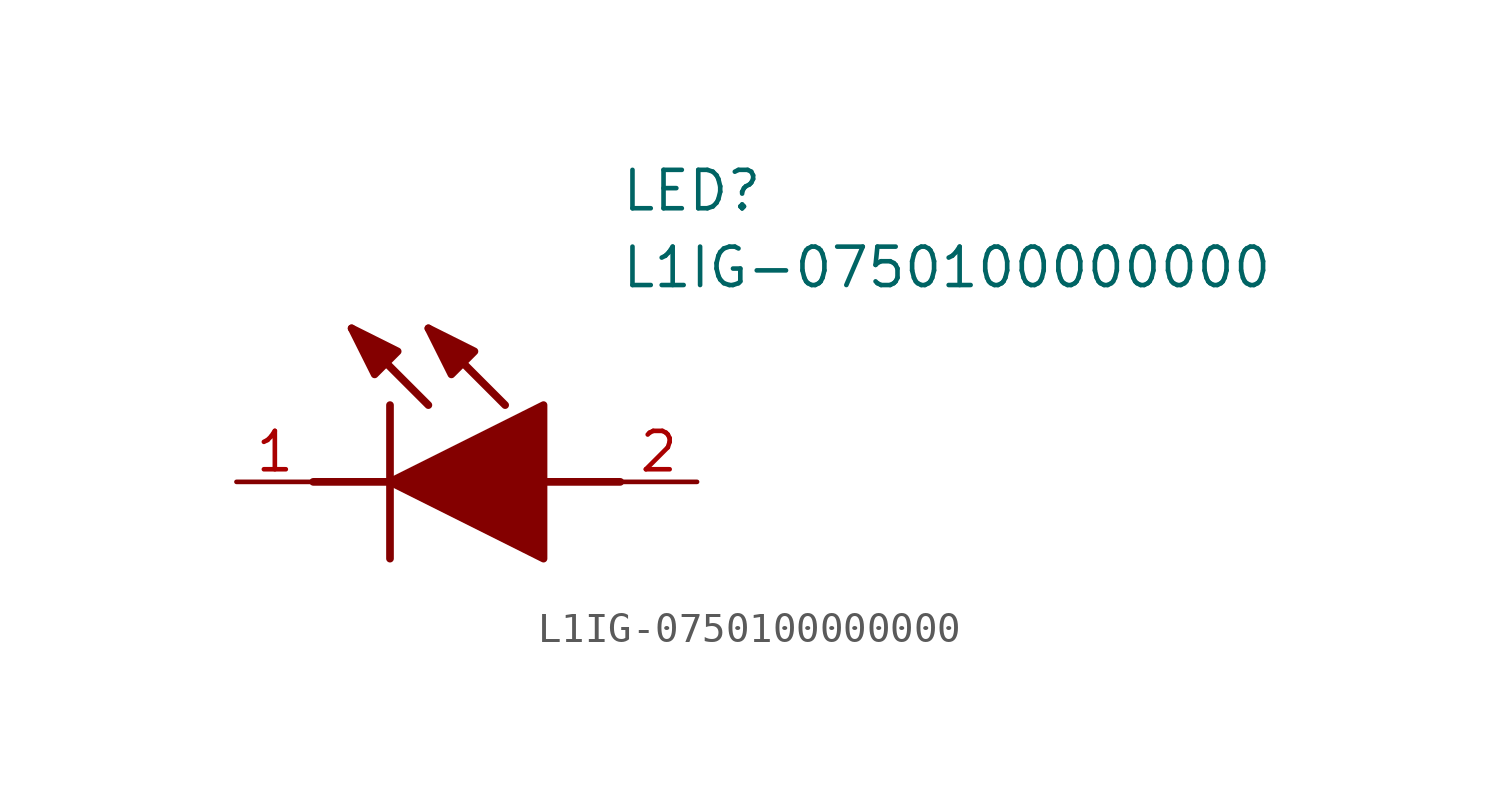
<source format=kicad_sym>
(kicad_symbol_lib
  (version 20211014)
  (generator SamacSys_ECAD_Model)
  (symbol "L1IG-0750100000000"
    (pin_names hide)
    (property "Reference" "LED"
      (at 12.7 8.89 0)
      (effects (font (size 1.27 1.27)) (justify left bottom)))
    (property "Value" "L1IG-0750100000000"
      (at 12.7 6.35 0)
      (effects (font (size 1.27 1.27)) (justify left bottom)))
    (polyline
      (pts (xy 5.08 2.54) (xy 5.08 -2.54))
      (stroke (width 0.254) (type default))
      (fill (type none)))
    (polyline
      (pts (xy 6.35 2.54) (xy 3.81 5.08))
      (stroke (width 0.254) (type default))
      (fill (type none)))
    (polyline
      (pts (xy 8.89 2.54) (xy 6.35 5.08))
      (stroke (width 0.254) (type default))
      (fill (type none)))
    (polyline
      (pts (xy 2.54 0) (xy 5.08 0))
      (stroke (width 0.254) (type default))
      (fill (type none)))
    (polyline
      (pts (xy 10.16 0) (xy 12.7 0))
      (stroke (width 0.254) (type default))
      (fill (type none)))
    (polyline
      (pts (xy 5.08 0) (xy 10.16 2.54) (xy 10.16 -2.54) (xy 5.08 0))
      (stroke (width 0.254) (type default))
      (fill (type outline)))
    (polyline
      (pts (xy 5.334 4.318) (xy 4.572 3.556) (xy 3.81 5.08) (xy 5.334 4.318))
      (stroke (width 0.254) (type default))
      (fill (type outline)))
    (polyline
      (pts (xy 7.874 4.318) (xy 7.112 3.556) (xy 6.35 5.08) (xy 7.874 4.318))
      (stroke (width 0.254) (type default))
      (fill (type outline)))
    (pin passive line
      (at 0 0 0)
      (length 2.54)
      (name "K" (effects (font (size 1.27 1.27))))
      (number "1" (effects (font (size 1.27 1.27)))))
    (pin passive line
      (at 15.24 0 180)
      (length 2.54)
      (name "A" (effects (font (size 1.27 1.27))))
      (number "2" (effects (font (size 1.27 1.27)))))))
</source>
